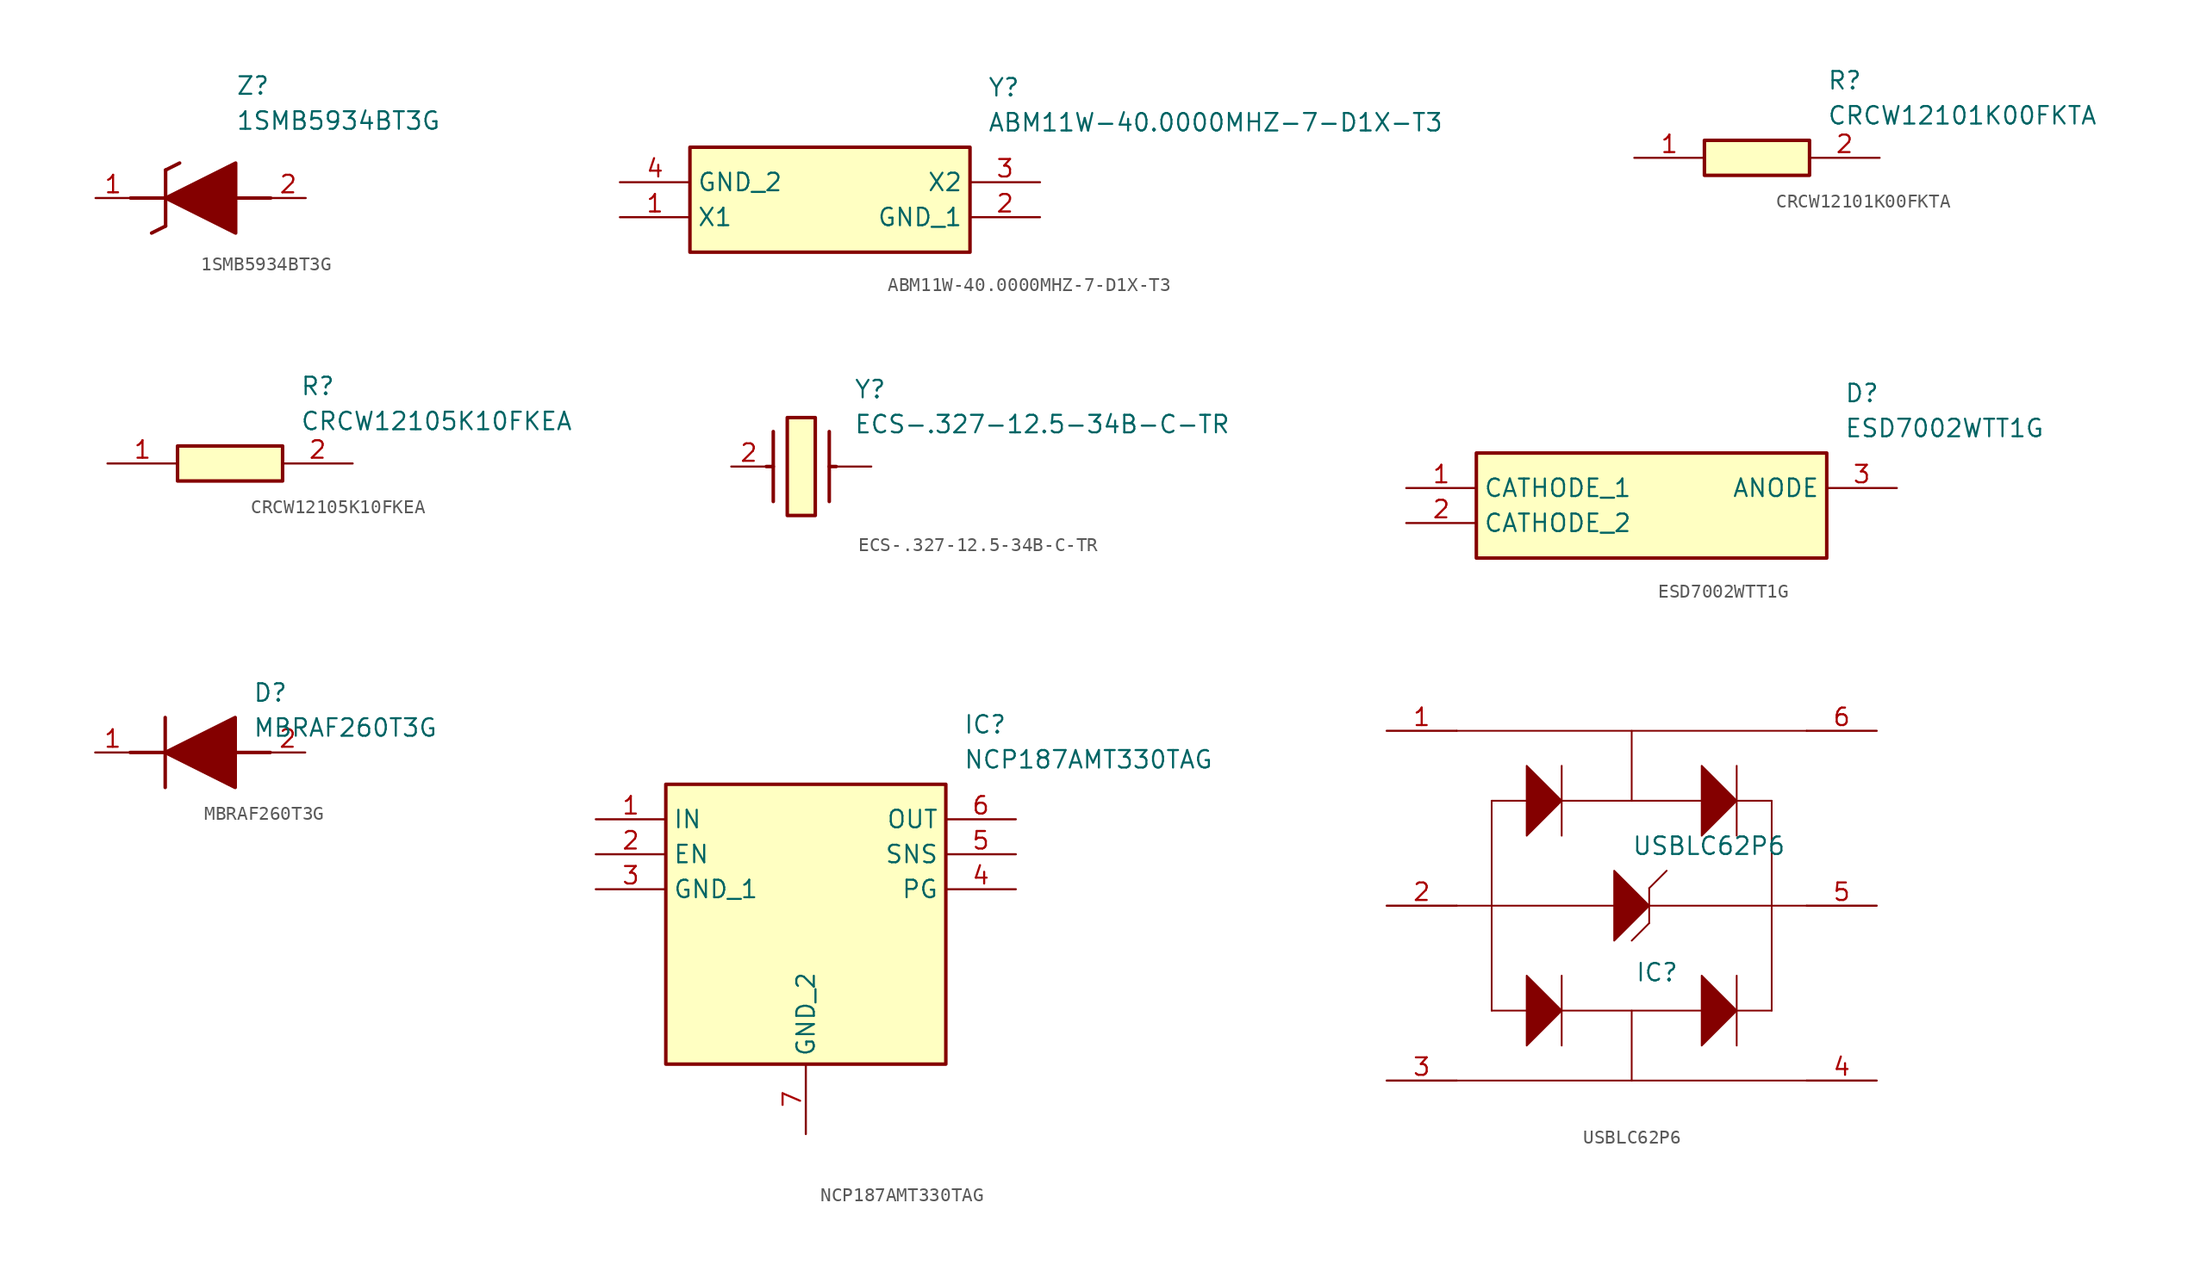
<source format=kicad_sym>
(kicad_symbol_lib
  (version 20220914)
  (generator SamacSys_ECAD_Model)
  (symbol "1SMB5934BT3G"
    (pin_names hide)
    (property "Reference" "Z"
      (at 10.16 8.89 0)
      (effects (font (size 1.27 1.27)) (justify left top)))
    (property "Value" "1SMB5934BT3G"
      (at 10.16 6.35 0)
      (effects (font (size 1.27 1.27)) (justify left top)))
    (polyline
      (pts (xy 5.08 2.032) (xy 5.08 -2.032))
      (stroke (width 0.254) (type default))
      (fill (type none)))
    (polyline
      (pts (xy 5.08 2.032) (xy 6.096 2.54))
      (stroke (width 0.254) (type default))
      (fill (type none)))
    (polyline
      (pts (xy 4.064 -2.54) (xy 5.08 -2.032))
      (stroke (width 0.254) (type default))
      (fill (type none)))
    (polyline
      (pts (xy 2.54 0) (xy 5.08 0))
      (stroke (width 0.254) (type default))
      (fill (type none)))
    (polyline
      (pts (xy 12.7 0) (xy 10.16 0))
      (stroke (width 0.254) (type default))
      (fill (type none)))
    (polyline
      (pts (xy 5.08 0) (xy 10.16 2.54) (xy 10.16 -2.54) (xy 5.08 0))
      (stroke (width 0.254) (type default))
      (fill (type outline)))
    (pin passive line
      (at 0 0 0)
      (length 2.54)
      (name "K" (effects (font (size 1.27 1.27))))
      (number "1" (effects (font (size 1.27 1.27)))))
    (pin passive line
      (at 15.24 0 180)
      (length 2.54)
      (name "A" (effects (font (size 1.27 1.27))))
      (number "2" (effects (font (size 1.27 1.27))))))
  (symbol "ABM11W-40.0000MHZ-7-D1X-T3"
    (property "Reference" "Y"
      (at 26.67 7.62 0)
      (effects (font (size 1.27 1.27)) (justify left top)))
    (property "Value" "ABM11W-40.0000MHZ-7-D1X-T3"
      (at 26.67 5.08 0)
      (effects (font (size 1.27 1.27)) (justify left top)))
    (rectangle
      (start 5.08 2.54)
      (end 25.4 -5.08)
      (stroke (width 0.254) (type default))
      (fill (type background)))
    (pin passive line
      (at 0 -2.54 0)
      (length 5.08)
      (name "X1" (effects (font (size 1.27 1.27))))
      (number "1" (effects (font (size 1.27 1.27)))))
    (pin passive line
      (at 30.48 -2.54 180)
      (length 5.08)
      (name "GND_1" (effects (font (size 1.27 1.27))))
      (number "2" (effects (font (size 1.27 1.27)))))
    (pin passive line
      (at 30.48 0 180)
      (length 5.08)
      (name "X2" (effects (font (size 1.27 1.27))))
      (number "3" (effects (font (size 1.27 1.27)))))
    (pin passive line
      (at 0 0 0)
      (length 5.08)
      (name "GND_2" (effects (font (size 1.27 1.27))))
      (number "4" (effects (font (size 1.27 1.27))))))
  (symbol "CRCW12101K00FKTA"
    (pin_names hide)
    (property "Reference" "R"
      (at 13.97 6.35 0)
      (effects (font (size 1.27 1.27)) (justify left top)))
    (property "Value" "CRCW12101K00FKTA"
      (at 13.97 3.81 0)
      (effects (font (size 1.27 1.27)) (justify left top)))
    (rectangle
      (start 5.08 1.27)
      (end 12.7 -1.27)
      (stroke (width 0.254) (type default))
      (fill (type background)))
    (pin passive line
      (at 0 0 0)
      (length 5.08)
      (name "1" (effects (font (size 1.27 1.27))))
      (number "1" (effects (font (size 1.27 1.27)))))
    (pin passive line
      (at 17.78 0 180)
      (length 5.08)
      (name "2" (effects (font (size 1.27 1.27))))
      (number "2" (effects (font (size 1.27 1.27))))))
  (symbol "CRCW12105K10FKEA"
    (pin_names hide)
    (property "Reference" "R"
      (at 13.97 6.35 0)
      (effects (font (size 1.27 1.27)) (justify left top)))
    (property "Value" "CRCW12105K10FKEA"
      (at 13.97 3.81 0)
      (effects (font (size 1.27 1.27)) (justify left top)))
    (rectangle
      (start 5.08 1.27)
      (end 12.7 -1.27)
      (stroke (width 0.254) (type default))
      (fill (type background)))
    (pin passive line
      (at 0 0 0)
      (length 5.08)
      (name "1" (effects (font (size 1.27 1.27))))
      (number "1" (effects (font (size 1.27 1.27)))))
    (pin passive line
      (at 17.78 0 180)
      (length 5.08)
      (name "2" (effects (font (size 1.27 1.27))))
      (number "2" (effects (font (size 1.27 1.27))))))
  (symbol "ECS-.327-12.5-34B-C-TR"
    (pin_names hide)
    (property "Reference" "Y"
      (at 8.89 6.35 0)
      (effects (font (size 1.27 1.27)) (justify left top)))
    (property "Value" "ECS-.327-12.5-34B-C-TR"
      (at 8.89 3.81 0)
      (effects (font (size 1.27 1.27)) (justify left top)))
    (rectangle
      (start 4.064 3.556)
      (end 6.096 -3.556)
      (stroke (width 0.254) (type default))
      (fill (type background)))
    (polyline
      (pts (xy 3.048 2.54) (xy 3.048 -2.54))
      (stroke (width 0.254) (type default))
      (fill (type none)))
    (polyline
      (pts (xy 7.112 2.54) (xy 7.112 -2.54))
      (stroke (width 0.254) (type default))
      (fill (type none)))
    (polyline
      (pts (xy 7.112 0) (xy 7.62 0))
      (stroke (width 0.254) (type default))
      (fill (type none)))
    (polyline
      (pts (xy 3.048 0) (xy 2.54 0))
      (stroke (width 0.254) (type default))
      (fill (type none)))
    (pin passive line
      (at 0 0 0)
      (length 2.54)
      (name "OUT/IN" (effects (font (size 1.27 1.27))))
      (number "2" (effects (font (size 1.27 1.27)))))
    (pin passive line
      (at 10.16 0 180)
      (length 2.54)
      (name "" (effects (font (size 1.27 1.27))))
      (number "" (effects (font (size 1.27 1.27))))))
  (symbol "ESD7002WTT1G"
    (property "Reference" "D"
      (at 31.75 7.62 0)
      (effects (font (size 1.27 1.27)) (justify left top)))
    (property "Value" "ESD7002WTT1G"
      (at 31.75 5.08 0)
      (effects (font (size 1.27 1.27)) (justify left top)))
    (rectangle
      (start 5.08 2.54)
      (end 30.48 -5.08)
      (stroke (width 0.254) (type default))
      (fill (type background)))
    (pin passive line
      (at 0 0 0)
      (length 5.08)
      (name "CATHODE_1" (effects (font (size 1.27 1.27))))
      (number "1" (effects (font (size 1.27 1.27)))))
    (pin passive line
      (at 0 -2.54 0)
      (length 5.08)
      (name "CATHODE_2" (effects (font (size 1.27 1.27))))
      (number "2" (effects (font (size 1.27 1.27)))))
    (pin passive line
      (at 35.56 0 180)
      (length 5.08)
      (name "ANODE" (effects (font (size 1.27 1.27))))
      (number "3" (effects (font (size 1.27 1.27))))))
  (symbol "MBRAF260T3G"
    (pin_names hide)
    (property "Reference" "D"
      (at 11.43 5.08 0)
      (effects (font (size 1.27 1.27)) (justify left top)))
    (property "Value" "MBRAF260T3G"
      (at 11.43 2.54 0)
      (effects (font (size 1.27 1.27)) (justify left top)))
    (polyline
      (pts (xy 5.08 2.54) (xy 5.08 -2.54))
      (stroke (width 0.254) (type default))
      (fill (type none)))
    (polyline
      (pts (xy 2.54 0) (xy 5.08 0))
      (stroke (width 0.254) (type default))
      (fill (type none)))
    (polyline
      (pts (xy 10.16 0) (xy 12.7 0))
      (stroke (width 0.254) (type default))
      (fill (type none)))
    (polyline
      (pts (xy 5.08 0) (xy 10.16 2.54) (xy 10.16 -2.54) (xy 5.08 0))
      (stroke (width 0.254) (type default))
      (fill (type outline)))
    (pin passive line
      (at 0 0 0)
      (length 2.54)
      (name "K" (effects (font (size 1.27 1.27))))
      (number "1" (effects (font (size 1.27 1.27)))))
    (pin passive line
      (at 15.24 0 180)
      (length 2.54)
      (name "A" (effects (font (size 1.27 1.27))))
      (number "2" (effects (font (size 1.27 1.27))))))
  (symbol "NCP187AMT330TAG"
    (property "Reference" "IC"
      (at 26.67 7.62 0)
      (effects (font (size 1.27 1.27)) (justify left top)))
    (property "Value" "NCP187AMT330TAG"
      (at 26.67 5.08 0)
      (effects (font (size 1.27 1.27)) (justify left top)))
    (rectangle
      (start 5.08 2.54)
      (end 25.4 -17.78)
      (stroke (width 0.254) (type default))
      (fill (type background)))
    (pin passive line
      (at 0 0 0)
      (length 5.08)
      (name "IN" (effects (font (size 1.27 1.27))))
      (number "1" (effects (font (size 1.27 1.27)))))
    (pin passive line
      (at 0 -2.54 0)
      (length 5.08)
      (name "EN" (effects (font (size 1.27 1.27))))
      (number "2" (effects (font (size 1.27 1.27)))))
    (pin passive line
      (at 0 -5.08 0)
      (length 5.08)
      (name "GND_1" (effects (font (size 1.27 1.27))))
      (number "3" (effects (font (size 1.27 1.27)))))
    (pin passive line
      (at 15.24 -22.86 90)
      (length 5.08)
      (name "GND_2" (effects (font (size 1.27 1.27))))
      (number "7" (effects (font (size 1.27 1.27)))))
    (pin passive line
      (at 30.48 0 180)
      (length 5.08)
      (name "OUT" (effects (font (size 1.27 1.27))))
      (number "6" (effects (font (size 1.27 1.27)))))
    (pin passive line
      (at 30.48 -2.54 180)
      (length 5.08)
      (name "SNS" (effects (font (size 1.27 1.27))))
      (number "5" (effects (font (size 1.27 1.27)))))
    (pin passive line
      (at 30.48 -5.08 180)
      (length 5.08)
      (name "PG" (effects (font (size 1.27 1.27))))
      (number "4" (effects (font (size 1.27 1.27))))))
  (symbol "USBLC62P6"
    (pin_names hide)
    (property "Reference" "IC"
      (at 25.654 2.032 0)
      (effects (font (size 1.27 1.27)) (justify left bottom)))
    (property "Value" "USBLC62P6"
      (at 25.4 12.7 0)
      (effects (font (size 1.27 1.27)) (justify left top)))
    (polyline
      (pts (xy 25.4 5.08) (xy 26.67 6.35))
      (stroke (width 0.127) (type default))
      (fill (type none)))
    (polyline
      (pts (xy 26.67 8.89) (xy 26.67 6.35))
      (stroke (width 0.127) (type default))
      (fill (type none)))
    (polyline
      (pts (xy 26.67 8.89) (xy 27.94 10.16))
      (stroke (width 0.127) (type default))
      (fill (type none)))
    (polyline
      (pts (xy 20.32 17.78) (xy 20.32 12.7))
      (stroke (width 0.127) (type default))
      (fill (type none)))
    (polyline
      (pts (xy 20.32 2.54) (xy 20.32 -2.54))
      (stroke (width 0.127) (type default))
      (fill (type none)))
    (polyline
      (pts (xy 33.02 2.54) (xy 33.02 -2.54))
      (stroke (width 0.127) (type default))
      (fill (type none)))
    (polyline
      (pts (xy 33.02 17.78) (xy 33.02 12.7))
      (stroke (width 0.127) (type default))
      (fill (type none)))
    (polyline
      (pts (xy 17.78 15.24) (xy 15.24 15.24))
      (stroke (width 0.127) (type default))
      (fill (type none)))
    (polyline
      (pts (xy 15.24 0) (xy 15.24 15.24))
      (stroke (width 0.127) (type default))
      (fill (type none)))
    (polyline
      (pts (xy 15.24 0) (xy 17.78 0))
      (stroke (width 0.127) (type default))
      (fill (type none)))
    (polyline
      (pts (xy 33.02 15.24) (xy 35.56 15.24))
      (stroke (width 0.127) (type default))
      (fill (type none)))
    (polyline
      (pts (xy 35.56 0) (xy 35.56 15.24))
      (stroke (width 0.127) (type default))
      (fill (type none)))
    (polyline
      (pts (xy 35.56 0) (xy 33.02 0))
      (stroke (width 0.127) (type default))
      (fill (type none)))
    (polyline
      (pts (xy 15.24 7.62) (xy 35.56 7.62))
      (stroke (width 0.127) (type default))
      (fill (type none)))
    (polyline
      (pts (xy 20.32 15.24) (xy 30.48 15.24))
      (stroke (width 0.127) (type default))
      (fill (type none)))
    (polyline
      (pts (xy 20.32 0) (xy 30.48 0))
      (stroke (width 0.127) (type default))
      (fill (type none)))
    (polyline
      (pts (xy 25.4 0) (xy 25.4 -5.08))
      (stroke (width 0.127) (type default))
      (fill (type none)))
    (polyline
      (pts (xy 25.4 15.24) (xy 25.4 20.32))
      (stroke (width 0.127) (type default))
      (fill (type none)))
    (polyline
      (pts (xy 12.7 20.32) (xy 38.1 20.32))
      (stroke (width 0.127) (type default))
      (fill (type none)))
    (polyline
      (pts (xy 12.7 -5.08) (xy 38.1 -5.08))
      (stroke (width 0.127) (type default))
      (fill (type none)))
    (polyline
      (pts (xy 15.24 7.62) (xy 12.7 7.62))
      (stroke (width 0.127) (type default))
      (fill (type none)))
    (polyline
      (pts (xy 35.56 7.62) (xy 38.1 7.62))
      (stroke (width 0.127) (type default))
      (fill (type none)))
    (polyline
      (pts (xy 26.67 7.62) (xy 24.13 5.08) (xy 24.13 10.16) (xy 26.67 7.62))
      (stroke (width 0.127) (type default))
      (fill (type outline)))
    (polyline
      (pts (xy 20.32 15.24) (xy 17.78 12.7) (xy 17.78 17.78) (xy 20.32 15.24))
      (stroke (width 0.127) (type default))
      (fill (type outline)))
    (polyline
      (pts (xy 20.32 0) (xy 17.78 -2.54) (xy 17.78 2.54) (xy 20.32 0))
      (stroke (width 0.127) (type default))
      (fill (type outline)))
    (polyline
      (pts (xy 33.02 0) (xy 30.48 -2.54) (xy 30.48 2.54) (xy 33.02 0))
      (stroke (width 0.127) (type default))
      (fill (type outline)))
    (polyline
      (pts (xy 33.02 15.24) (xy 30.48 12.7) (xy 30.48 17.78) (xy 33.02 15.24))
      (stroke (width 0.127) (type default))
      (fill (type outline)))
    (pin passive line
      (at 7.62 20.32 0)
      (length 5.08)
      (name "I/O1_1" (effects (font (size 1.27 1.27))))
      (number "1" (effects (font (size 1.27 1.27)))))
    (pin passive line
      (at 7.62 7.62 0)
      (length 5.08)
      (name "GND" (effects (font (size 1.27 1.27))))
      (number "2" (effects (font (size 1.27 1.27)))))
    (pin passive line
      (at 7.62 -5.08 0)
      (length 5.08)
      (name "I/O2_1" (effects (font (size 1.27 1.27))))
      (number "3" (effects (font (size 1.27 1.27)))))
    (pin passive line
      (at 43.18 -5.08 180)
      (length 5.08)
      (name "I/O2_2" (effects (font (size 1.27 1.27))))
      (number "4" (effects (font (size 1.27 1.27)))))
    (pin passive line
      (at 43.18 7.62 180)
      (length 5.08)
      (name "VBUS" (effects (font (size 1.27 1.27))))
      (number "5" (effects (font (size 1.27 1.27)))))
    (pin passive line
      (at 43.18 20.32 180)
      (length 5.08)
      (name "I/O1_2" (effects (font (size 1.27 1.27))))
      (number "6" (effects (font (size 1.27 1.27)))))))
</source>
